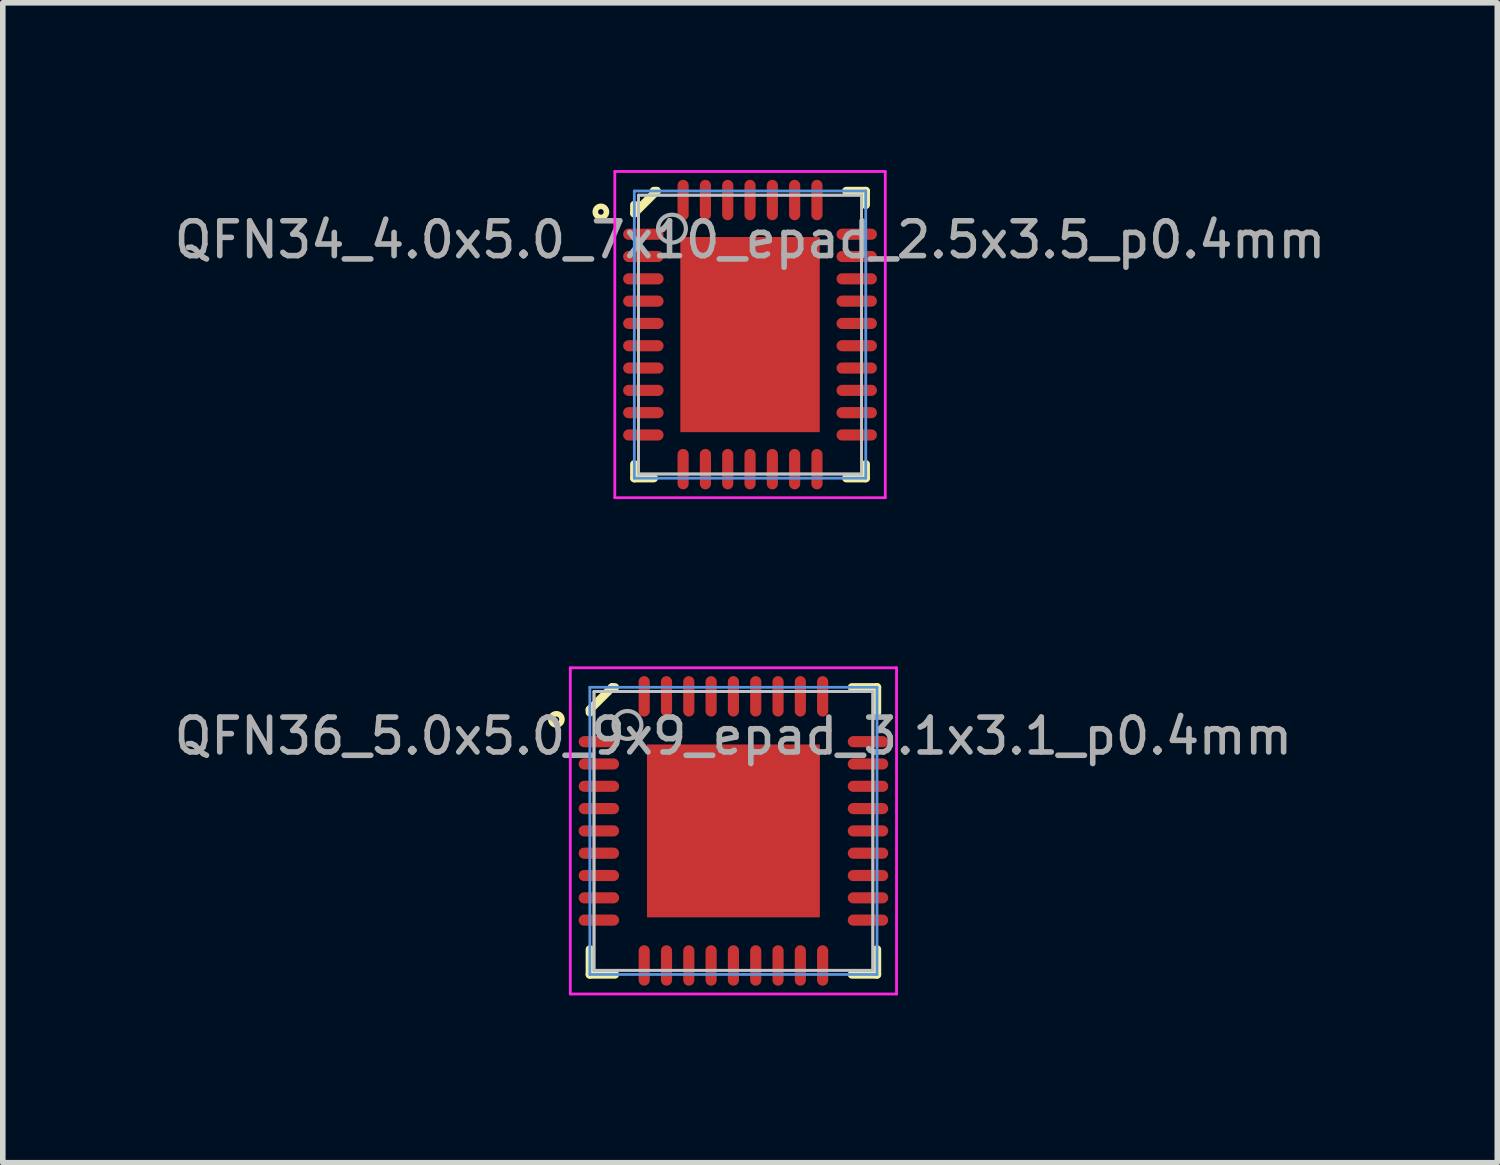
<source format=kicad_pcb>
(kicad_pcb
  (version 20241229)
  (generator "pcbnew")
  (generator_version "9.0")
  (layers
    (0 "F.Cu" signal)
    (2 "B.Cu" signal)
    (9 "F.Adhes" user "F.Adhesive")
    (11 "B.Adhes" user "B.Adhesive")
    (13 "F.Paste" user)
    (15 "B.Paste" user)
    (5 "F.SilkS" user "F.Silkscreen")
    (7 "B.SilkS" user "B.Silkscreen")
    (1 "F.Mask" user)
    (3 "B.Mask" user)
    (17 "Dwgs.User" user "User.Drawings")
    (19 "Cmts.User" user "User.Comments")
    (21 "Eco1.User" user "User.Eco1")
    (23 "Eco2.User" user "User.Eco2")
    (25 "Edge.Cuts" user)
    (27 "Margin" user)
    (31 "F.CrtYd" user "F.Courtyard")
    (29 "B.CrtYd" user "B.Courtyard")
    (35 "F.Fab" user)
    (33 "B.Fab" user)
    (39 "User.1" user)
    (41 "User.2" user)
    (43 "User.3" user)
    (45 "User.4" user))
  (footprint "QFN34_4.0x5.0_7x10_epad_2.5x3.5_p0.4mm"
    (layer "F.Cu")
    (at 10.4 2.95)
    (property "Reference" "QFN34_4.0x5.0_7x10_epad_2.5x3.5_p0.4mm" (at 0 -1.7 0) (layer "F.Fab") (effects (font (size 0.625 0.625) (thickness 0.1))))
    (attr through_hole)
    (fp_line (start -2.075 -2.175) (end -2.075 -2.325) (stroke (width 0.15) (type solid)) (layer "F.SilkS"))
    (fp_line (start -2.075 -2.175) (end -1.675 -2.575) (stroke (width 0.15) (type solid)) (layer "F.SilkS"))
    (fp_line (start -2.075 2.575) (end -2.075 2.325) (stroke (width 0.15) (type solid)) (layer "F.SilkS"))
    (fp_line (start -2.075 2.575) (end -1.725 2.575) (stroke (width 0.15) (type solid)) (layer "F.SilkS"))
    (fp_line (start -1.725 -2.575) (end -1.675 -2.575) (stroke (width 0.15) (type solid)) (layer "F.SilkS"))
    (fp_line (start 2.075 -2.575) (end 1.725 -2.575) (stroke (width 0.15) (type solid)) (layer "F.SilkS"))
    (fp_line (start 2.075 -2.575) (end 2.075 -2.325) (stroke (width 0.15) (type solid)) (layer "F.SilkS"))
    (fp_line (start 2.075 2.575) (end 1.725 2.575) (stroke (width 0.15) (type solid)) (layer "F.SilkS"))
    (fp_line (start 2.075 2.575) (end 2.075 2.325) (stroke (width 0.15) (type solid)) (layer "F.SilkS"))
    (fp_circle (center -2.675 -2.2) (end -2.604 -2.129) (stroke (width 0.1) (type solid)) (fill no) (layer "F.SilkS"))
    (fp_line (start -2 -2.5) (end -2 2.5) (stroke (width 0.05) (type solid)) (layer "Dwgs.User"))
    (fp_line (start -2 -2.5) (end 2 -2.5) (stroke (width 0.05) (type solid)) (layer "Dwgs.User"))
    (fp_line (start -2 2.5) (end 2 2.5) (stroke (width 0.05) (type solid)) (layer "Dwgs.User"))
    (fp_line (start 2 -2.5) (end 2 2.5) (stroke (width 0.05) (type solid)) (layer "Dwgs.User"))
    (fp_line (start -2.075 -2.575) (end -2.075 2.575) (stroke (width 0.05) (type solid)) (layer "Cmts.User"))
    (fp_line (start -2.075 -2.575) (end 2.075 -2.575) (stroke (width 0.05) (type solid)) (layer "Cmts.User"))
    (fp_line (start -2.075 2.575) (end 2.075 2.575) (stroke (width 0.05) (type solid)) (layer "Cmts.User"))
    (fp_line (start 2.075 -2.575) (end 2.075 2.575) (stroke (width 0.05) (type solid)) (layer "Cmts.User"))
    (fp_line (start -1.925 -2.425) (end -1.925 2.425) (stroke (width 0.05) (type solid)) (layer "Eco1.User"))
    (fp_line (start -1.925 -2.425) (end 1.925 -2.425) (stroke (width 0.05) (type solid)) (layer "Eco1.User"))
    (fp_line (start -1.925 2.425) (end 1.925 2.425) (stroke (width 0.05) (type solid)) (layer "Eco1.User"))
    (fp_line (start 1.925 -2.425) (end 1.925 2.425) (stroke (width 0.05) (type solid)) (layer "Eco1.User"))
    (fp_line (start -2.425 -2.925) (end -2.425 2.925) (stroke (width 0.05) (type solid)) (layer "F.CrtYd"))
    (fp_line (start -2.425 -2.925) (end 2.425 -2.925) (stroke (width 0.05) (type solid)) (layer "F.CrtYd"))
    (fp_line (start -2.425 2.925) (end 2.425 2.925) (stroke (width 0.05) (type solid)) (layer "F.CrtYd"))
    (fp_line (start 2.425 -2.925) (end 2.425 2.925) (stroke (width 0.05) (type solid)) (layer "F.CrtYd"))
    (fp_line (start -2 -2.5) (end -2 2.5) (stroke (width 0.05) (type solid)) (layer "F.Fab"))
    (fp_line (start -2 -2.5) (end 2 -2.5) (stroke (width 0.05) (type solid)) (layer "F.Fab"))
    (fp_line (start -2 2.5) (end 2 2.5) (stroke (width 0.05) (type solid)) (layer "F.Fab"))
    (fp_line (start 2 -2.5) (end 2 2.5) (stroke (width 0.05) (type solid)) (layer "F.Fab"))
    (fp_circle (center -1.4 -1.9) (end -1.223 -1.723) (stroke (width 0.075) (type solid)) (fill no) (layer "F.Fab"))
    (pad "1" smd oval (at -1.913 -1.8 180) (size 0.725 0.2) (layers "F.Cu" "F.Mask" "F.Paste"))
    (pad "2" smd oval (at -1.913 -1.4 180) (size 0.725 0.2) (layers "F.Cu" "F.Mask" "F.Paste"))
    (pad "3" smd oval (at -1.913 -1 180) (size 0.725 0.2) (layers "F.Cu" "F.Mask" "F.Paste"))
    (pad "4" smd oval (at -1.913 -0.6 180) (size 0.725 0.2) (layers "F.Cu" "F.Mask" "F.Paste"))
    (pad "5" smd oval (at -1.913 -0.2 180) (size 0.725 0.2) (layers "F.Cu" "F.Mask" "F.Paste"))
    (pad "6" smd oval (at -1.913 0.2 180) (size 0.725 0.2) (layers "F.Cu" "F.Mask" "F.Paste"))
    (pad "7" smd oval (at -1.913 0.6 180) (size 0.725 0.2) (layers "F.Cu" "F.Mask" "F.Paste"))
    (pad "8" smd oval (at -1.913 1 180) (size 0.725 0.2) (layers "F.Cu" "F.Mask" "F.Paste"))
    (pad "9" smd oval (at -1.913 1.4 180) (size 0.725 0.2) (layers "F.Cu" "F.Mask" "F.Paste"))
    (pad "10" smd oval (at -1.913 1.8 180) (size 0.725 0.2) (layers "F.Cu" "F.Mask" "F.Paste"))
    (pad "11" smd oval (at -1.2 2.413 270) (size 0.725 0.2) (layers "F.Cu" "F.Mask" "F.Paste"))
    (pad "12" smd oval (at -0.8 2.413 270) (size 0.725 0.2) (layers "F.Cu" "F.Mask" "F.Paste"))
    (pad "13" smd oval (at -0.4 2.413 270) (size 0.725 0.2) (layers "F.Cu" "F.Mask" "F.Paste"))
    (pad "14" smd oval (at 0 2.413 270) (size 0.725 0.2) (layers "F.Cu" "F.Mask" "F.Paste"))
    (pad "15" smd oval (at 0.4 2.413 270) (size 0.725 0.2) (layers "F.Cu" "F.Mask" "F.Paste"))
    (pad "16" smd oval (at 0.8 2.413 270) (size 0.725 0.2) (layers "F.Cu" "F.Mask" "F.Paste"))
    (pad "17" smd oval (at 1.2 2.413 270) (size 0.725 0.2) (layers "F.Cu" "F.Mask" "F.Paste"))
    (pad "18" smd oval (at 1.913 1.8) (size 0.725 0.2) (layers "F.Cu" "F.Mask" "F.Paste"))
    (pad "19" smd oval (at 1.913 1.4) (size 0.725 0.2) (layers "F.Cu" "F.Mask" "F.Paste"))
    (pad "20" smd oval (at 1.913 1) (size 0.725 0.2) (layers "F.Cu" "F.Mask" "F.Paste"))
    (pad "21" smd oval (at 1.913 0.6) (size 0.725 0.2) (layers "F.Cu" "F.Mask" "F.Paste"))
    (pad "22" smd oval (at 1.913 0.2) (size 0.725 0.2) (layers "F.Cu" "F.Mask" "F.Paste"))
    (pad "23" smd oval (at 1.913 -0.2) (size 0.725 0.2) (layers "F.Cu" "F.Mask" "F.Paste"))
    (pad "24" smd oval (at 1.913 -0.6) (size 0.725 0.2) (layers "F.Cu" "F.Mask" "F.Paste"))
    (pad "25" smd oval (at 1.913 -1) (size 0.725 0.2) (layers "F.Cu" "F.Mask" "F.Paste"))
    (pad "26" smd oval (at 1.913 -1.4) (size 0.725 0.2) (layers "F.Cu" "F.Mask" "F.Paste"))
    (pad "27" smd oval (at 1.913 -1.8) (size 0.725 0.2) (layers "F.Cu" "F.Mask" "F.Paste"))
    (pad "28" smd oval (at 1.2 -2.413 90) (size 0.725 0.2) (layers "F.Cu" "F.Mask" "F.Paste"))
    (pad "29" smd oval (at 0.8 -2.413 90) (size 0.725 0.2) (layers "F.Cu" "F.Mask" "F.Paste"))
    (pad "30" smd oval (at 0.4 -2.413 90) (size 0.725 0.2) (layers "F.Cu" "F.Mask" "F.Paste"))
    (pad "31" smd oval (at 0 -2.413 90) (size 0.725 0.2) (layers "F.Cu" "F.Mask" "F.Paste"))
    (pad "32" smd oval (at -0.4 -2.413 90) (size 0.725 0.2) (layers "F.Cu" "F.Mask" "F.Paste"))
    (pad "33" smd oval (at -0.8 -2.413 90) (size 0.725 0.2) (layers "F.Cu" "F.Mask" "F.Paste"))
    (pad "34" smd oval (at -1.2 -2.413 90) (size 0.725 0.2) (layers "F.Cu" "F.Mask" "F.Paste"))
    (pad "35" smd rect (at 0 0) (size 2.5 3.5) (layers "F.Cu" "F.Mask" "F.Paste")))
  (footprint "QFN36_5.0x5.0_9x9_epad_3.1x3.1_p0.4mm"
    (layer "F.Cu")
    (at 10.102 11.85)
    (property "Reference" "QFN36_5.0x5.0_9x9_epad_3.1x3.1_p0.4mm" (at 0 -1.7 0) (layer "F.Fab") (effects (font (size 0.625 0.625) (thickness 0.1))))
    (attr through_hole)
    (fp_line (start -2.575 -2.175) (end -2.575 -2.125) (stroke (width 0.15) (type solid)) (layer "F.SilkS"))
    (fp_line (start -2.575 -2.175) (end -2.175 -2.575) (stroke (width 0.15) (type solid)) (layer "F.SilkS"))
    (fp_line (start -2.575 2.575) (end -2.575 2.125) (stroke (width 0.15) (type solid)) (layer "F.SilkS"))
    (fp_line (start -2.575 2.575) (end -2.125 2.575) (stroke (width 0.15) (type solid)) (layer "F.SilkS"))
    (fp_line (start -2.125 -2.575) (end -2.175 -2.575) (stroke (width 0.15) (type solid)) (layer "F.SilkS"))
    (fp_line (start 2.575 -2.575) (end 2.125 -2.575) (stroke (width 0.15) (type solid)) (layer "F.SilkS"))
    (fp_line (start 2.575 -2.575) (end 2.575 -2.125) (stroke (width 0.15) (type solid)) (layer "F.SilkS"))
    (fp_line (start 2.575 2.575) (end 2.125 2.575) (stroke (width 0.15) (type solid)) (layer "F.SilkS"))
    (fp_line (start 2.575 2.575) (end 2.575 2.125) (stroke (width 0.15) (type solid)) (layer "F.SilkS"))
    (fp_circle (center -3.175 -2) (end -3.104 -1.929) (stroke (width 0.1) (type solid)) (fill no) (layer "F.SilkS"))
    (fp_line (start -2.5 -2.5) (end -2.5 2.5) (stroke (width 0.05) (type solid)) (layer "Dwgs.User"))
    (fp_line (start -2.5 -2.5) (end 2.5 -2.5) (stroke (width 0.05) (type solid)) (layer "Dwgs.User"))
    (fp_line (start -2.5 2.5) (end 2.5 2.5) (stroke (width 0.05) (type solid)) (layer "Dwgs.User"))
    (fp_line (start 2.5 -2.5) (end 2.5 2.5) (stroke (width 0.05) (type solid)) (layer "Dwgs.User"))
    (fp_line (start -2.575 -2.575) (end -2.575 2.575) (stroke (width 0.05) (type solid)) (layer "Cmts.User"))
    (fp_line (start -2.575 -2.575) (end 2.575 -2.575) (stroke (width 0.05) (type solid)) (layer "Cmts.User"))
    (fp_line (start -2.575 2.575) (end 2.575 2.575) (stroke (width 0.05) (type solid)) (layer "Cmts.User"))
    (fp_line (start 2.575 -2.575) (end 2.575 2.575) (stroke (width 0.05) (type solid)) (layer "Cmts.User"))
    (fp_line (start -2.425 -2.425) (end -2.425 2.425) (stroke (width 0.05) (type solid)) (layer "Eco1.User"))
    (fp_line (start -2.425 -2.425) (end 2.425 -2.425) (stroke (width 0.05) (type solid)) (layer "Eco1.User"))
    (fp_line (start -2.425 2.425) (end 2.425 2.425) (stroke (width 0.05) (type solid)) (layer "Eco1.User"))
    (fp_line (start 2.425 -2.425) (end 2.425 2.425) (stroke (width 0.05) (type solid)) (layer "Eco1.User"))
    (fp_line (start -2.925 -2.925) (end -2.925 2.925) (stroke (width 0.05) (type solid)) (layer "F.CrtYd"))
    (fp_line (start -2.925 -2.925) (end 2.925 -2.925) (stroke (width 0.05) (type solid)) (layer "F.CrtYd"))
    (fp_line (start -2.925 2.925) (end 2.925 2.925) (stroke (width 0.05) (type solid)) (layer "F.CrtYd"))
    (fp_line (start 2.925 -2.925) (end 2.925 2.925) (stroke (width 0.05) (type solid)) (layer "F.CrtYd"))
    (fp_line (start -2.5 -2.5) (end -2.5 2.5) (stroke (width 0.05) (type solid)) (layer "F.Fab"))
    (fp_line (start -2.5 -2.5) (end 2.5 -2.5) (stroke (width 0.05) (type solid)) (layer "F.Fab"))
    (fp_line (start -2.5 2.5) (end 2.5 2.5) (stroke (width 0.05) (type solid)) (layer "F.Fab"))
    (fp_line (start 2.5 -2.5) (end 2.5 2.5) (stroke (width 0.05) (type solid)) (layer "F.Fab"))
    (fp_circle (center -1.9 -1.9) (end -1.723 -1.723) (stroke (width 0.075) (type solid)) (fill no) (layer "F.Fab"))
    (pad "1" smd oval (at -2.413 -1.6 180) (size 0.725 0.2) (layers "F.Cu" "F.Mask" "F.Paste"))
    (pad "2" smd oval (at -2.413 -1.2 180) (size 0.725 0.2) (layers "F.Cu" "F.Mask" "F.Paste"))
    (pad "3" smd oval (at -2.413 -0.8 180) (size 0.725 0.2) (layers "F.Cu" "F.Mask" "F.Paste"))
    (pad "4" smd oval (at -2.413 -0.4 180) (size 0.725 0.2) (layers "F.Cu" "F.Mask" "F.Paste"))
    (pad "5" smd oval (at -2.413 0 180) (size 0.725 0.2) (layers "F.Cu" "F.Mask" "F.Paste"))
    (pad "6" smd oval (at -2.413 0.4 180) (size 0.725 0.2) (layers "F.Cu" "F.Mask" "F.Paste"))
    (pad "7" smd oval (at -2.413 0.8 180) (size 0.725 0.2) (layers "F.Cu" "F.Mask" "F.Paste"))
    (pad "8" smd oval (at -2.413 1.2 180) (size 0.725 0.2) (layers "F.Cu" "F.Mask" "F.Paste"))
    (pad "9" smd oval (at -2.413 1.6 180) (size 0.725 0.2) (layers "F.Cu" "F.Mask" "F.Paste"))
    (pad "10" smd oval (at -1.6 2.413 270) (size 0.725 0.2) (layers "F.Cu" "F.Mask" "F.Paste"))
    (pad "11" smd oval (at -1.2 2.413 270) (size 0.725 0.2) (layers "F.Cu" "F.Mask" "F.Paste"))
    (pad "12" smd oval (at -0.8 2.413 270) (size 0.725 0.2) (layers "F.Cu" "F.Mask" "F.Paste"))
    (pad "13" smd oval (at -0.4 2.413 270) (size 0.725 0.2) (layers "F.Cu" "F.Mask" "F.Paste"))
    (pad "14" smd oval (at 0 2.413 270) (size 0.725 0.2) (layers "F.Cu" "F.Mask" "F.Paste"))
    (pad "15" smd oval (at 0.4 2.413 270) (size 0.725 0.2) (layers "F.Cu" "F.Mask" "F.Paste"))
    (pad "16" smd oval (at 0.8 2.413 270) (size 0.725 0.2) (layers "F.Cu" "F.Mask" "F.Paste"))
    (pad "17" smd oval (at 1.2 2.413 270) (size 0.725 0.2) (layers "F.Cu" "F.Mask" "F.Paste"))
    (pad "18" smd oval (at 1.6 2.413 270) (size 0.725 0.2) (layers "F.Cu" "F.Mask" "F.Paste"))
    (pad "19" smd oval (at 2.413 1.6) (size 0.725 0.2) (layers "F.Cu" "F.Mask" "F.Paste"))
    (pad "20" smd oval (at 2.413 1.2) (size 0.725 0.2) (layers "F.Cu" "F.Mask" "F.Paste"))
    (pad "21" smd oval (at 2.413 0.8) (size 0.725 0.2) (layers "F.Cu" "F.Mask" "F.Paste"))
    (pad "22" smd oval (at 2.413 0.4) (size 0.725 0.2) (layers "F.Cu" "F.Mask" "F.Paste"))
    (pad "23" smd oval (at 2.413 0) (size 0.725 0.2) (layers "F.Cu" "F.Mask" "F.Paste"))
    (pad "24" smd oval (at 2.413 -0.4) (size 0.725 0.2) (layers "F.Cu" "F.Mask" "F.Paste"))
    (pad "25" smd oval (at 2.413 -0.8) (size 0.725 0.2) (layers "F.Cu" "F.Mask" "F.Paste"))
    (pad "26" smd oval (at 2.413 -1.2) (size 0.725 0.2) (layers "F.Cu" "F.Mask" "F.Paste"))
    (pad "27" smd oval (at 2.413 -1.6) (size 0.725 0.2) (layers "F.Cu" "F.Mask" "F.Paste"))
    (pad "28" smd oval (at 1.6 -2.413 90) (size 0.725 0.2) (layers "F.Cu" "F.Mask" "F.Paste"))
    (pad "29" smd oval (at 1.2 -2.413 90) (size 0.725 0.2) (layers "F.Cu" "F.Mask" "F.Paste"))
    (pad "30" smd oval (at 0.8 -2.413 90) (size 0.725 0.2) (layers "F.Cu" "F.Mask" "F.Paste"))
    (pad "31" smd oval (at 0.4 -2.413 90) (size 0.725 0.2) (layers "F.Cu" "F.Mask" "F.Paste"))
    (pad "32" smd oval (at 0 -2.413 90) (size 0.725 0.2) (layers "F.Cu" "F.Mask" "F.Paste"))
    (pad "33" smd oval (at -0.4 -2.413 90) (size 0.725 0.2) (layers "F.Cu" "F.Mask" "F.Paste"))
    (pad "34" smd oval (at -0.8 -2.413 90) (size 0.725 0.2) (layers "F.Cu" "F.Mask" "F.Paste"))
    (pad "35" smd oval (at -1.2 -2.413 90) (size 0.725 0.2) (layers "F.Cu" "F.Mask" "F.Paste"))
    (pad "36" smd oval (at -1.6 -2.413 90) (size 0.725 0.2) (layers "F.Cu" "F.Mask" "F.Paste"))
    (pad "37" smd rect (at 0 0) (size 3.1 3.1) (layers "F.Cu" "F.Mask" "F.Paste")))
  (gr_rect
    (start -3 -3)
    (end 23.8 17.8)
    (stroke (width 0.1) (type default))
    (fill no)
    (layer "Edge.Cuts")))
</source>
